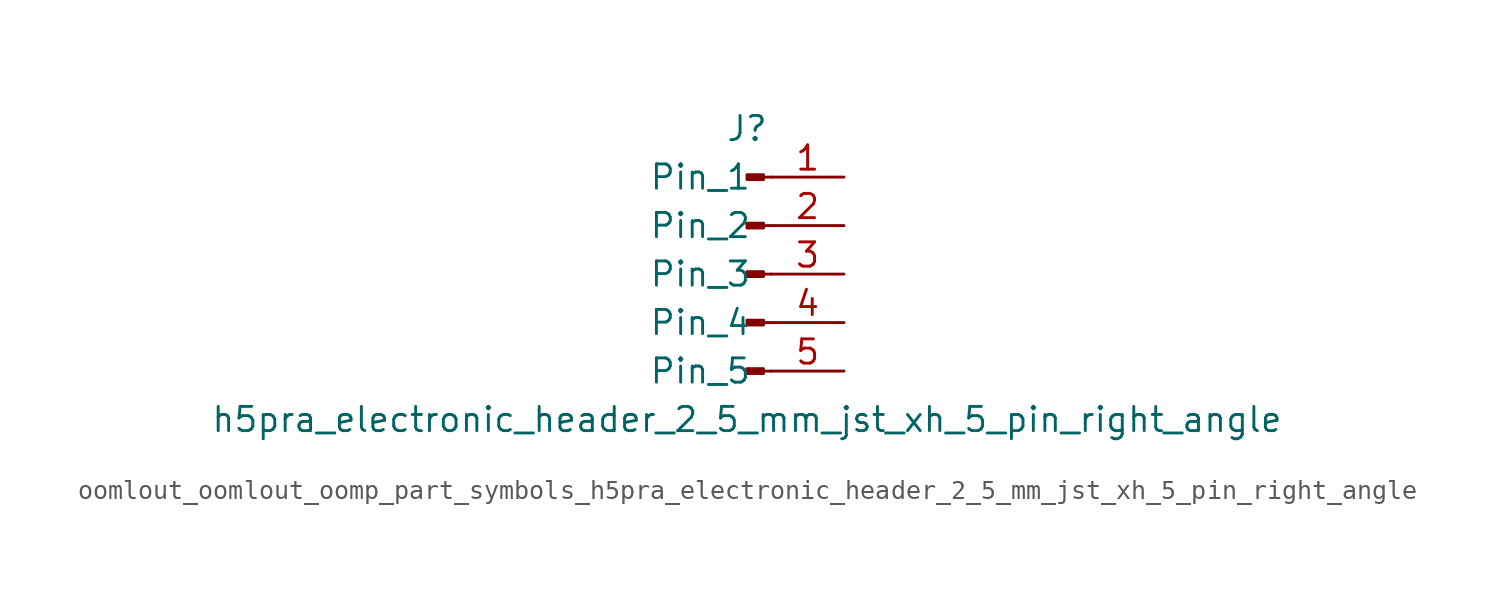
<source format=kicad_sym>
(kicad_symbol_lib
  (version 20220914)
  (generator kicad_symbol_editor)
  (symbol "oomlout_oomlout_oomp_part_symbols_h5pra_electronic_header_2_5_mm_jst_xh_5_pin_right_angle"
    (pin_names
      (offset 1.016))
    (property "Reference" "J"
      (at 0 7.62 0)
      (effects (font (size 1.27 1.27))))
    (property "Value" "h5pra_electronic_header_2_5_mm_jst_xh_5_pin_right_angle"
      (at 0 -7.62 0)
      (effects (font (size 1.27 1.27))))
    (property "ki_locked" ""
      (at 0 0 0)
      (effects (font (size 1.27 1.27))))
    (symbol "oomlout_oomlout_oomp_part_symbols_h5pra_electronic_header_2_5_mm_jst_xh_5_pin_right_angle_1_1"
      (polyline (pts (xy 1.27 -5.08) (xy 0.864 -5.08)) (stroke (width 0.152) (type default)) (fill (type none)))
      (polyline (pts (xy 1.27 -2.54) (xy 0.864 -2.54)) (stroke (width 0.152) (type default)) (fill (type none)))
      (polyline (pts (xy 1.27 0) (xy 0.864 0)) (stroke (width 0.152) (type default)) (fill (type none)))
      (polyline (pts (xy 1.27 2.54) (xy 0.864 2.54)) (stroke (width 0.152) (type default)) (fill (type none)))
      (polyline (pts (xy 1.27 5.08) (xy 0.864 5.08)) (stroke (width 0.152) (type default)) (fill (type none)))
      (rectangle (start 0.864 -4.953) (end 0 -5.207) (stroke (width 0.152) (type default)) (fill (type outline)))
      (rectangle (start 0.864 -2.413) (end 0 -2.667) (stroke (width 0.152) (type default)) (fill (type outline)))
      (rectangle (start 0.864 0.127) (end 0 -0.127) (stroke (width 0.152) (type default)) (fill (type outline)))
      (rectangle (start 0.864 2.667) (end 0 2.413) (stroke (width 0.152) (type default)) (fill (type outline)))
      (rectangle (start 0.864 5.207) (end 0 4.953) (stroke (width 0.152) (type default)) (fill (type outline)))
      (pin passive line (at 5.08 5.08 180) (length 3.81) (name "Pin_1" (effects (font (size 1.27 1.27)))) (number "1" (effects (font (size 1.27 1.27)))))
      (pin passive line (at 5.08 2.54 180) (length 3.81) (name "Pin_2" (effects (font (size 1.27 1.27)))) (number "2" (effects (font (size 1.27 1.27)))))
      (pin passive line (at 5.08 0 180) (length 3.81) (name "Pin_3" (effects (font (size 1.27 1.27)))) (number "3" (effects (font (size 1.27 1.27)))))
      (pin passive line (at 5.08 -2.54 180) (length 3.81) (name "Pin_4" (effects (font (size 1.27 1.27)))) (number "4" (effects (font (size 1.27 1.27)))))
      (pin passive line (at 5.08 -5.08 180) (length 3.81) (name "Pin_5" (effects (font (size 1.27 1.27)))) (number "5" (effects (font (size 1.27 1.27))))))))
</source>
